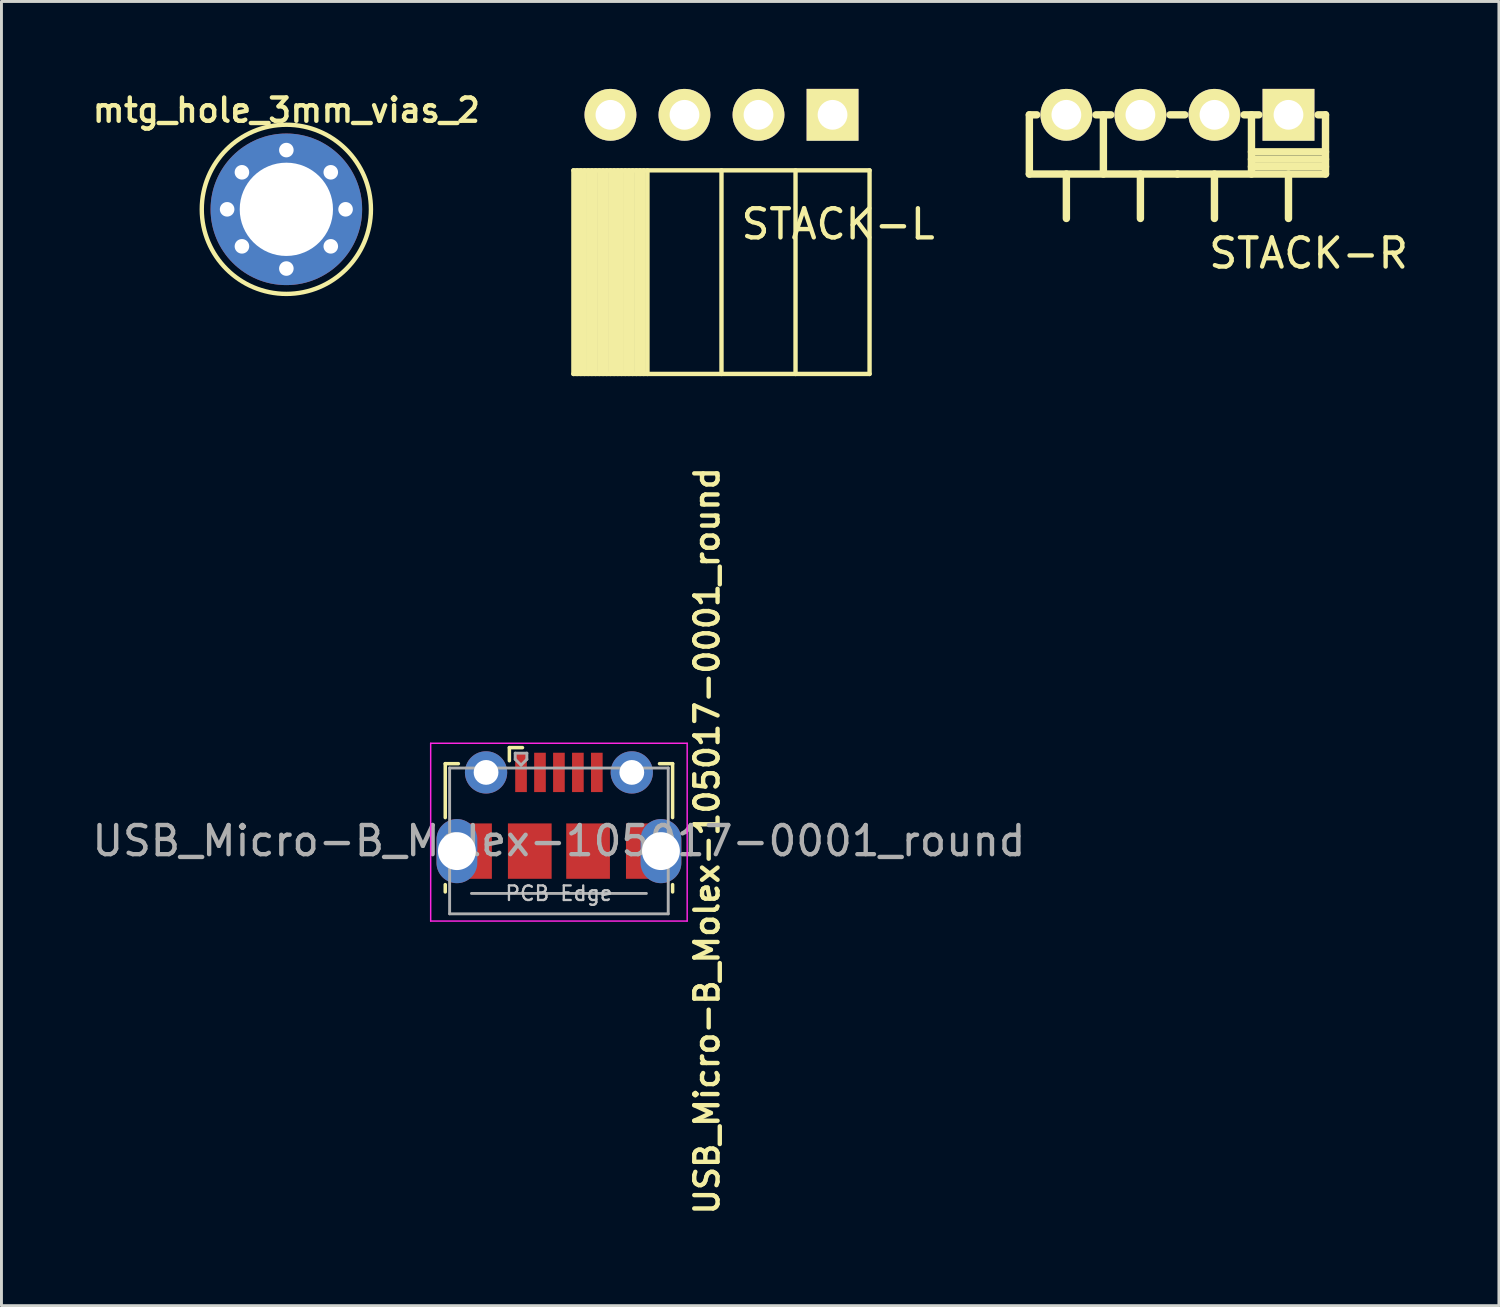
<source format=kicad_pcb>
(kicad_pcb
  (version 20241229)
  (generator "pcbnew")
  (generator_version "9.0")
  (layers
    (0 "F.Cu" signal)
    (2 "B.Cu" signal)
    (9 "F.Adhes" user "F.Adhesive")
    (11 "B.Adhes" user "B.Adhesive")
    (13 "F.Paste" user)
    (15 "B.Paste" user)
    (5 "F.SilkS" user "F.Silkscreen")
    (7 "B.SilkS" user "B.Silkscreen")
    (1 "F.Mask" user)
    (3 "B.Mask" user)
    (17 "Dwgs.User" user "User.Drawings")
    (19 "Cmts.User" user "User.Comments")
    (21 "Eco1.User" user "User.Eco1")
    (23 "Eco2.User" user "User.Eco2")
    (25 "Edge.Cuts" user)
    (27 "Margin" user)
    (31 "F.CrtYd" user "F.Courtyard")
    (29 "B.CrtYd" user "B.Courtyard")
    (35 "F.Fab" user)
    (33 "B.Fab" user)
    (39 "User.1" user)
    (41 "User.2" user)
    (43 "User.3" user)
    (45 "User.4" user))
  (footprint "STACK-R"
    (layer "F.Cu")
    (at 37.344 0.889)
    (property "Reference" "STACK-R" (at 4.5 4.75 0) (layer "F.SilkS") (effects (font (size 1 1) (thickness 0.15))))
    (attr smd)
    (fp_line (start -5.08 0) (end -5.08 2.032) (stroke (width 0.254) (type solid)) (layer "F.SilkS"))
    (fp_line (start -5.08 0) (end -4.826 0) (stroke (width 0.254) (type solid)) (layer "F.SilkS"))
    (fp_line (start -5.08 2.032) (end 0 2.032) (stroke (width 0.254) (type solid)) (layer "F.SilkS"))
    (fp_line (start -3.81 2.032) (end -3.81 3.556) (stroke (width 0.254) (type solid)) (layer "F.SilkS"))
    (fp_line (start -2.794 0) (end -2.286 0) (stroke (width 0.254) (type solid)) (layer "F.SilkS"))
    (fp_line (start -2.54 0) (end -2.54 2.032) (stroke (width 0.254) (type solid)) (layer "F.SilkS"))
    (fp_line (start -1.27 2.032) (end -1.27 3.556) (stroke (width 0.254) (type solid)) (layer "F.SilkS"))
    (fp_line (start -0.254 0) (end 0.254 0) (stroke (width 0.254) (type solid)) (layer "F.SilkS"))
    (fp_line (start 0 2.032) (end 5.08 2.032) (stroke (width 0.254) (type solid)) (layer "F.SilkS"))
    (fp_line (start 1.27 2.032) (end 1.27 3.556) (stroke (width 0.254) (type solid)) (layer "F.SilkS"))
    (fp_line (start 2.286 0) (end 2.794 0) (stroke (width 0.254) (type solid)) (layer "F.SilkS"))
    (fp_line (start 2.54 0) (end 2.54 2.032) (stroke (width 0.254) (type solid)) (layer "F.SilkS"))
    (fp_line (start 2.54 1.27) (end 5.08 1.27) (stroke (width 0.254) (type solid)) (layer "F.SilkS"))
    (fp_line (start 2.54 1.524) (end 5.08 1.524) (stroke (width 0.254) (type solid)) (layer "F.SilkS"))
    (fp_line (start 2.54 1.778) (end 5.08 1.778) (stroke (width 0.254) (type solid)) (layer "F.SilkS"))
    (fp_line (start 3.81 2.032) (end 3.81 3.556) (stroke (width 0.254) (type solid)) (layer "F.SilkS"))
    (fp_line (start 4.826 0) (end 5.08 0) (stroke (width 0.254) (type solid)) (layer "F.SilkS"))
    (fp_line (start 5.08 2.032) (end 5.08 0) (stroke (width 0.254) (type solid)) (layer "F.SilkS"))
    (pad "1" thru_hole circle (at -3.81 0) (size 1.778 1.778) (drill 1.02) (layers "*.Cu" "*.Mask" "F.SilkS"))
    (pad "2" thru_hole circle (at -1.27 0) (size 1.778 1.778) (drill 1.02) (layers "*.Cu" "*.Mask" "F.SilkS"))
    (pad "3" thru_hole circle (at 1.27 0) (size 1.778 1.778) (drill 1.02) (layers "*.Cu" "*.Mask" "F.SilkS"))
    (pad "4" thru_hole rect (at 3.81 0) (size 1.778 1.778) (drill 1.02) (layers "*.Cu" "*.Mask" "F.SilkS")))
  (footprint "mtg_hole_3mm_vias_2"
    (layer "F.Cu")
    (at 6.774 4.131)
    (property "Reference" "mtg_hole_3mm_vias_2" (at 0 -3.4 0) (layer "F.SilkS") (effects (font (size 0.8 0.8) (thickness 0.15))))
    (attr through_hole)
    (fp_circle (center 0 0) (end 2.9 0.1) (stroke (width 0.15) (type solid)) (fill no) (layer "F.SilkS"))
    (pad "1" thru_hole circle (at -2.032 0) (size 0.75 0.75) (drill 0.5) (layers "*.Cu" "*.Mask"))
    (pad "1" thru_hole circle (at -1.524 -1.27) (size 0.75 0.75) (drill 0.5) (layers "*.Cu" "*.Mask"))
    (pad "1" thru_hole circle (at -1.524 1.27) (size 0.75 0.75) (drill 0.5) (layers "*.Cu" "*.Mask"))
    (pad "1" thru_hole circle (at 0 -2.032) (size 0.75 0.75) (drill 0.5) (layers "*.Cu" "*.Mask"))
    (pad "1" thru_hole circle (at 0 0) (size 5.2 5.2) (drill 3.2) (layers "*.Cu" "*.Mask"))
    (pad "1" thru_hole circle (at 0 2.032) (size 0.75 0.75) (drill 0.5) (layers "*.Cu" "*.Mask"))
    (pad "1" thru_hole circle (at 1.524 -1.27) (size 0.75 0.75) (drill 0.5) (layers "*.Cu" "*.Mask"))
    (pad "1" thru_hole circle (at 1.524 1.27) (size 0.75 0.75) (drill 0.5) (layers "*.Cu" "*.Mask"))
    (pad "1" thru_hole circle (at 2.032 0) (size 0.75 0.75) (drill 0.5) (layers "*.Cu" "*.Mask")))
  (footprint "STACK-L"
    (layer "F.Cu")
    (at 21.702 0.889)
    (property "Reference" "STACK-L" (at 4 3.75 0) (layer "F.SilkS") (effects (font (size 1 1) (thickness 0.15))))
    (attr smd)
    (fp_line (start -5.08 8.89) (end -5.08 1.905) (stroke (width 0.15) (type solid)) (layer "F.SilkS"))
    (fp_line (start -4.953 8.89) (end -4.953 1.905) (stroke (width 0.15) (type solid)) (layer "F.SilkS"))
    (fp_line (start -4.826 1.905) (end -4.826 8.89) (stroke (width 0.15) (type solid)) (layer "F.SilkS"))
    (fp_line (start -4.699 8.89) (end -4.699 1.905) (stroke (width 0.15) (type solid)) (layer "F.SilkS"))
    (fp_line (start -4.572 1.905) (end -4.572 8.89) (stroke (width 0.15) (type solid)) (layer "F.SilkS"))
    (fp_line (start -4.445 8.89) (end -4.445 1.905) (stroke (width 0.15) (type solid)) (layer "F.SilkS"))
    (fp_line (start -4.318 1.905) (end -4.318 8.89) (stroke (width 0.15) (type solid)) (layer "F.SilkS"))
    (fp_line (start -4.191 8.89) (end -4.191 1.905) (stroke (width 0.15) (type solid)) (layer "F.SilkS"))
    (fp_line (start -4.064 1.905) (end -4.064 8.89) (stroke (width 0.15) (type solid)) (layer "F.SilkS"))
    (fp_line (start -3.937 8.89) (end -3.937 1.905) (stroke (width 0.15) (type solid)) (layer "F.SilkS"))
    (fp_line (start -3.81 1.905) (end -3.81 8.89) (stroke (width 0.15) (type solid)) (layer "F.SilkS"))
    (fp_line (start -3.683 8.89) (end -3.683 1.905) (stroke (width 0.15) (type solid)) (layer "F.SilkS"))
    (fp_line (start -3.556 1.905) (end -3.556 8.89) (stroke (width 0.15) (type solid)) (layer "F.SilkS"))
    (fp_line (start -3.429 8.89) (end -3.429 1.905) (stroke (width 0.15) (type solid)) (layer "F.SilkS"))
    (fp_line (start -3.302 1.905) (end -3.302 8.89) (stroke (width 0.15) (type solid)) (layer "F.SilkS"))
    (fp_line (start -3.175 8.89) (end -3.175 1.905) (stroke (width 0.15) (type solid)) (layer "F.SilkS"))
    (fp_line (start -3.048 1.905) (end -3.048 8.89) (stroke (width 0.15) (type solid)) (layer "F.SilkS"))
    (fp_line (start -2.921 8.89) (end -2.921 1.905) (stroke (width 0.15) (type solid)) (layer "F.SilkS"))
    (fp_line (start -2.794 1.905) (end -2.794 8.89) (stroke (width 0.15) (type solid)) (layer "F.SilkS"))
    (fp_line (start -2.667 8.89) (end -2.667 1.905) (stroke (width 0.15) (type solid)) (layer "F.SilkS"))
    (fp_line (start -2.54 1.905) (end -2.54 8.89) (stroke (width 0.15) (type solid)) (layer "F.SilkS"))
    (fp_line (start 0 1.905) (end 0 8.89) (stroke (width 0.15) (type solid)) (layer "F.SilkS"))
    (fp_line (start 2.54 1.905) (end 2.54 8.89) (stroke (width 0.15) (type solid)) (layer "F.SilkS"))
    (fp_line (start 5.08 1.905) (end -5.08 1.905) (stroke (width 0.15) (type solid)) (layer "F.SilkS"))
    (fp_line (start 5.08 1.905) (end 5.08 8.89) (stroke (width 0.15) (type solid)) (layer "F.SilkS"))
    (fp_line (start 5.08 8.89) (end -5.08 8.89) (stroke (width 0.15) (type solid)) (layer "F.SilkS"))
    (pad "1" thru_hole circle (at -3.81 0) (size 1.778 1.778) (drill 1.02) (layers "*.Cu" "*.Mask" "F.SilkS"))
    (pad "2" thru_hole circle (at -1.27 0) (size 1.778 1.778) (drill 1.02) (layers "*.Cu" "*.Mask" "F.SilkS"))
    (pad "3" thru_hole circle (at 1.27 0) (size 1.778 1.778) (drill 1.02) (layers "*.Cu" "*.Mask" "F.SilkS"))
    (pad "4" thru_hole rect (at 3.81 0) (size 1.778 1.778) (drill 1.02) (layers "*.Cu" "*.Mask" "F.SilkS")))
  (footprint "USB_Micro-B_Molex-105017-0001_round"
    (layer "F.Cu")
    (at 16.125 25.799)
    (property "Reference" "USB_Micro-B_Molex-105017-0001_round" (at 5.08 0 270) (layer "F.SilkS") (effects (font (size 0.8 0.8) (thickness 0.15))))
    (attr smd)
    (fp_line (start -3.9 -2.65) (end -3.45 -2.65) (stroke (width 0.12) (type solid)) (layer "F.SilkS"))
    (fp_line (start -3.9 -0.8) (end -3.9 -2.65) (stroke (width 0.12) (type solid)) (layer "F.SilkS"))
    (fp_line (start -3.9 1.75) (end -3.9 1.5) (stroke (width 0.12) (type solid)) (layer "F.SilkS"))
    (fp_line (start -1.7 -3.2) (end -1.7 -2.75) (stroke (width 0.12) (type solid)) (layer "F.SilkS"))
    (fp_line (start -1.7 -3.2) (end -1.25 -3.2) (stroke (width 0.12) (type solid)) (layer "F.SilkS"))
    (fp_line (start 3.9 -2.65) (end 3.45 -2.65) (stroke (width 0.12) (type solid)) (layer "F.SilkS"))
    (fp_line (start 3.9 -0.8) (end 3.9 -2.65) (stroke (width 0.12) (type solid)) (layer "F.SilkS"))
    (fp_line (start 3.9 1.75) (end 3.9 1.5) (stroke (width 0.12) (type solid)) (layer "F.SilkS"))
    (fp_line (start -4.4 -3.35) (end 4.4 -3.35) (stroke (width 0.05) (type solid)) (layer "F.CrtYd"))
    (fp_line (start -4.4 2.75) (end -4.4 -3.35) (stroke (width 0.05) (type solid)) (layer "F.CrtYd"))
    (fp_line (start -4.4 2.75) (end 4.4 2.75) (stroke (width 0.05) (type solid)) (layer "F.CrtYd"))
    (fp_line (start 4.4 -3.35) (end 4.4 2.75) (stroke (width 0.05) (type solid)) (layer "F.CrtYd"))
    (fp_line (start -3.75 -2.5) (end 3.75 -2.5) (stroke (width 0.1) (type solid)) (layer "F.Fab"))
    (fp_line (start -3.75 2.5) (end -3.75 -2.5) (stroke (width 0.1) (type solid)) (layer "F.Fab"))
    (fp_line (start -3.75 2.502) (end 3.75 2.502) (stroke (width 0.1) (type solid)) (layer "F.Fab"))
    (fp_line (start -3 1.802) (end 3 1.802) (stroke (width 0.1) (type solid)) (layer "F.Fab"))
    (fp_line (start -1.5 -3.01) (end -1.5 -2.8) (stroke (width 0.1) (type solid)) (layer "F.Fab"))
    (fp_line (start -1.5 -3.01) (end -1.1 -3.01) (stroke (width 0.1) (type solid)) (layer "F.Fab"))
    (fp_line (start -1.3 -2.6) (end -1.5 -2.8) (stroke (width 0.1) (type solid)) (layer "F.Fab"))
    (fp_line (start -1.1 -3.01) (end -1.1 -2.8) (stroke (width 0.1) (type solid)) (layer "F.Fab"))
    (fp_line (start -1.1 -2.8) (end -1.3 -2.6) (stroke (width 0.1) (type solid)) (layer "F.Fab"))
    (fp_line (start 3.75 2.5) (end 3.75 -2.5) (stroke (width 0.1) (type solid)) (layer "F.Fab"))
    (fp_text user "PCB Edge" (at 0 1.8 0) (layer "Dwgs.User") (effects (font (size 0.5 0.5) (thickness 0.08))))
    (fp_text user "${REFERENCE}" (at 0 0 0) (layer "F.Fab") (effects (font (size 1 1) (thickness 0.15))))
    (pad "1" smd rect (at -1.3 -2.35) (size 0.4 1.35) (layers "F.Cu" "F.Mask" "F.Paste"))
    (pad "2" smd rect (at -0.65 -2.35) (size 0.4 1.35) (layers "F.Cu" "F.Mask" "F.Paste"))
    (pad "3" smd rect (at 0 -2.35) (size 0.4 1.35) (layers "F.Cu" "F.Mask" "F.Paste"))
    (pad "4" smd rect (at 0.65 -2.35) (size 0.4 1.35) (layers "F.Cu" "F.Mask" "F.Paste"))
    (pad "5" smd rect (at 1.3 -2.35) (size 0.4 1.35) (layers "F.Cu" "F.Mask" "F.Paste"))
    (pad "6" thru_hole oval (at -3.5 0.35 180) (size 1.4 2.2) (drill 1.3) (layers "*.Cu" "*.Mask"))
    (pad "6" smd rect (at -2.9 0.35) (size 1.2 1.9) (layers "F.Cu" "F.Mask"))
    (pad "6" thru_hole circle (at -2.5 -2.35) (size 1.45 1.45) (drill 0.85) (layers "*.Cu" "*.Mask"))
    (pad "6" smd rect (at -1 0.35) (size 1.5 1.9) (layers "F.Cu" "F.Mask" "F.Paste"))
    (pad "6" smd rect (at 1 0.35) (size 1.5 1.9) (layers "F.Cu" "F.Mask" "F.Paste"))
    (pad "6" thru_hole circle (at 2.5 -2.35) (size 1.45 1.45) (drill 0.85) (layers "*.Cu" "*.Mask"))
    (pad "6" smd rect (at 2.9 0.35) (size 1.2 1.9) (layers "F.Cu" "F.Mask"))
    (pad "6" thru_hole oval (at 3.5 0.35) (size 1.4 2.2) (drill 1.3) (layers "*.Cu" "*.Mask")))
  (gr_rect
    (start -3 -3)
    (end 48.373 41.744)
    (stroke (width 0.1) (type default))
    (fill no)
    (layer "Edge.Cuts")))
</source>
